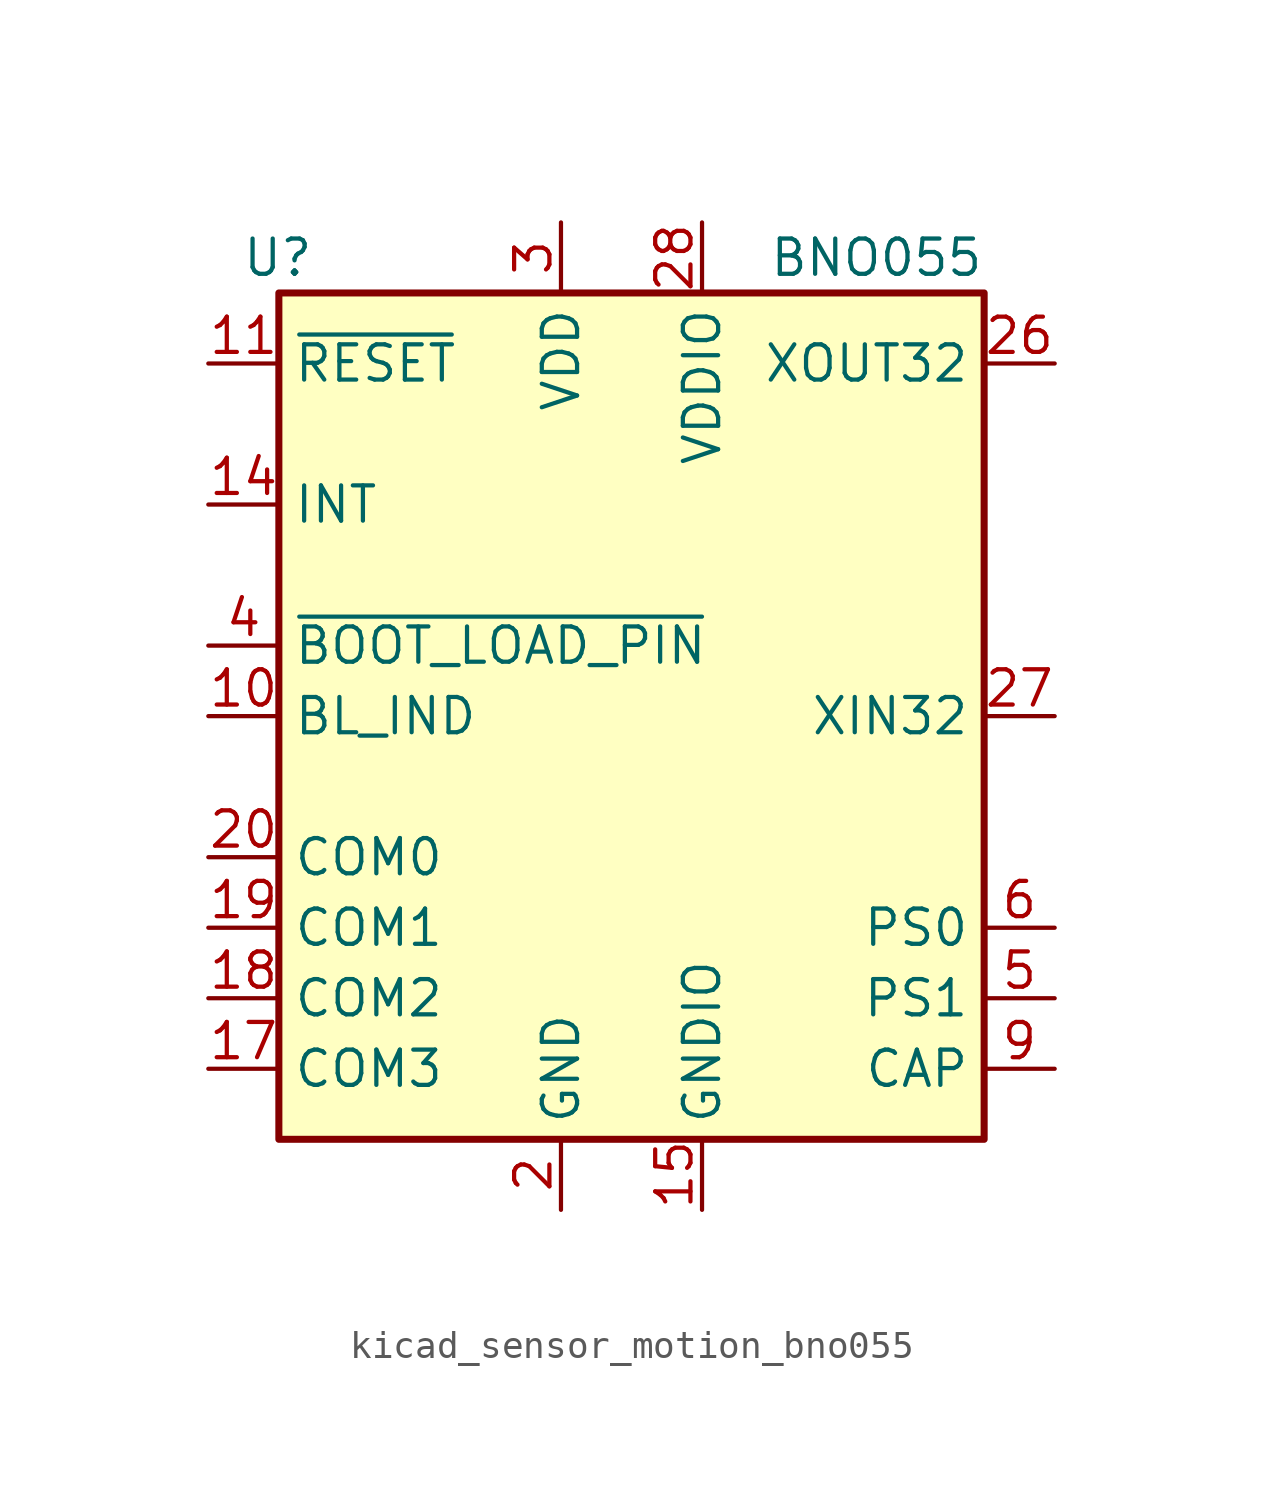
<source format=kicad_sym>
(kicad_symbol_lib
  (version 20220914)
  (generator kicad_symbol_editor)
  (symbol "kicad_sensor_motion_bno055"
    (property "Reference" "U"
      (at -11.43 16.51 0)
      (effects (font (size 1.27 1.27)) (justify right)))
    (property "Value" "BNO055"
      (at 12.7 16.51 0)
      (effects (font (size 1.27 1.27)) (justify right)))
    (symbol "kicad_sensor_motion_bno055_0_1"
      (rectangle (start -12.7 15.24) (end 12.7 -15.24) (stroke (width 0.254) (type default)) (fill (type background))))
    (symbol "kicad_sensor_motion_bno055_1_1"
      (pin no_connect line (at -12.7 10.16 0) (length 2.54) hide (name "PIN1" (effects (font (size 1.27 1.27)))) (number "1" (effects (font (size 1.27 1.27)))))
      (pin output line (at -15.24 0 0) (length 2.54) (name "BL_IND" (effects (font (size 1.27 1.27)))) (number "10" (effects (font (size 1.27 1.27)))))
      (pin input line (at -15.24 12.7 0) (length 2.54) (name "~{RESET}" (effects (font (size 1.27 1.27)))) (number "11" (effects (font (size 1.27 1.27)))))
      (pin no_connect line (at 12.7 10.16 180) (length 2.54) hide (name "PIN12" (effects (font (size 1.27 1.27)))) (number "12" (effects (font (size 1.27 1.27)))))
      (pin no_connect line (at 12.7 7.62 180) (length 2.54) hide (name "PIN13" (effects (font (size 1.27 1.27)))) (number "13" (effects (font (size 1.27 1.27)))))
      (pin output line (at -15.24 7.62 0) (length 2.54) (name "INT" (effects (font (size 1.27 1.27)))) (number "14" (effects (font (size 1.27 1.27)))))
      (pin power_in line (at 2.54 -17.78 90) (length 2.54) (name "GNDIO" (effects (font (size 1.27 1.27)))) (number "15" (effects (font (size 1.27 1.27)))))
      (pin passive line (at 2.54 -17.78 90) (length 2.54) hide (name "GNDIO" (effects (font (size 1.27 1.27)))) (number "16" (effects (font (size 1.27 1.27)))))
      (pin input line (at -15.24 -12.7 0) (length 2.54) (name "COM3" (effects (font (size 1.27 1.27)))) (number "17" (effects (font (size 1.27 1.27)))))
      (pin passive line (at -15.24 -10.16 0) (length 2.54) (name "COM2" (effects (font (size 1.27 1.27)))) (number "18" (effects (font (size 1.27 1.27)))))
      (pin bidirectional line (at -15.24 -7.62 0) (length 2.54) (name "COM1" (effects (font (size 1.27 1.27)))) (number "19" (effects (font (size 1.27 1.27)))))
      (pin power_in line (at -2.54 -17.78 90) (length 2.54) (name "GND" (effects (font (size 1.27 1.27)))) (number "2" (effects (font (size 1.27 1.27)))))
      (pin bidirectional line (at -15.24 -5.08 0) (length 2.54) (name "COM0" (effects (font (size 1.27 1.27)))) (number "20" (effects (font (size 1.27 1.27)))))
      (pin no_connect line (at 12.7 5.08 180) (length 2.54) hide (name "PIN21" (effects (font (size 1.27 1.27)))) (number "21" (effects (font (size 1.27 1.27)))))
      (pin no_connect line (at 12.7 2.54 180) (length 2.54) hide (name "PIN22" (effects (font (size 1.27 1.27)))) (number "22" (effects (font (size 1.27 1.27)))))
      (pin no_connect line (at 12.7 -2.54 180) (length 2.54) hide (name "PIN23" (effects (font (size 1.27 1.27)))) (number "23" (effects (font (size 1.27 1.27)))))
      (pin no_connect line (at 12.7 -5.08 180) (length 2.54) hide (name "PIN24" (effects (font (size 1.27 1.27)))) (number "24" (effects (font (size 1.27 1.27)))))
      (pin passive line (at 2.54 -17.78 90) (length 2.54) hide (name "GNDIO" (effects (font (size 1.27 1.27)))) (number "25" (effects (font (size 1.27 1.27)))))
      (pin output line (at 15.24 12.7 180) (length 2.54) (name "XOUT32" (effects (font (size 1.27 1.27)))) (number "26" (effects (font (size 1.27 1.27)))))
      (pin input line (at 15.24 0 180) (length 2.54) (name "XIN32" (effects (font (size 1.27 1.27)))) (number "27" (effects (font (size 1.27 1.27)))))
      (pin power_in line (at 2.54 17.78 270) (length 2.54) (name "VDDIO" (effects (font (size 1.27 1.27)))) (number "28" (effects (font (size 1.27 1.27)))))
      (pin power_in line (at -2.54 17.78 270) (length 2.54) (name "VDD" (effects (font (size 1.27 1.27)))) (number "3" (effects (font (size 1.27 1.27)))))
      (pin input line (at -15.24 2.54 0) (length 2.54) (name "~{BOOT_LOAD_PIN}" (effects (font (size 1.27 1.27)))) (number "4" (effects (font (size 1.27 1.27)))))
      (pin input line (at 15.24 -10.16 180) (length 2.54) (name "PS1" (effects (font (size 1.27 1.27)))) (number "5" (effects (font (size 1.27 1.27)))))
      (pin input line (at 15.24 -7.62 180) (length 2.54) (name "PS0" (effects (font (size 1.27 1.27)))) (number "6" (effects (font (size 1.27 1.27)))))
      (pin no_connect line (at -12.7 5.08 0) (length 2.54) hide (name "PIN7" (effects (font (size 1.27 1.27)))) (number "7" (effects (font (size 1.27 1.27)))))
      (pin no_connect line (at -12.7 -2.54 0) (length 2.54) hide (name "PIN8" (effects (font (size 1.27 1.27)))) (number "8" (effects (font (size 1.27 1.27)))))
      (pin passive line (at 15.24 -12.7 180) (length 2.54) (name "CAP" (effects (font (size 1.27 1.27)))) (number "9" (effects (font (size 1.27 1.27))))))))
</source>
